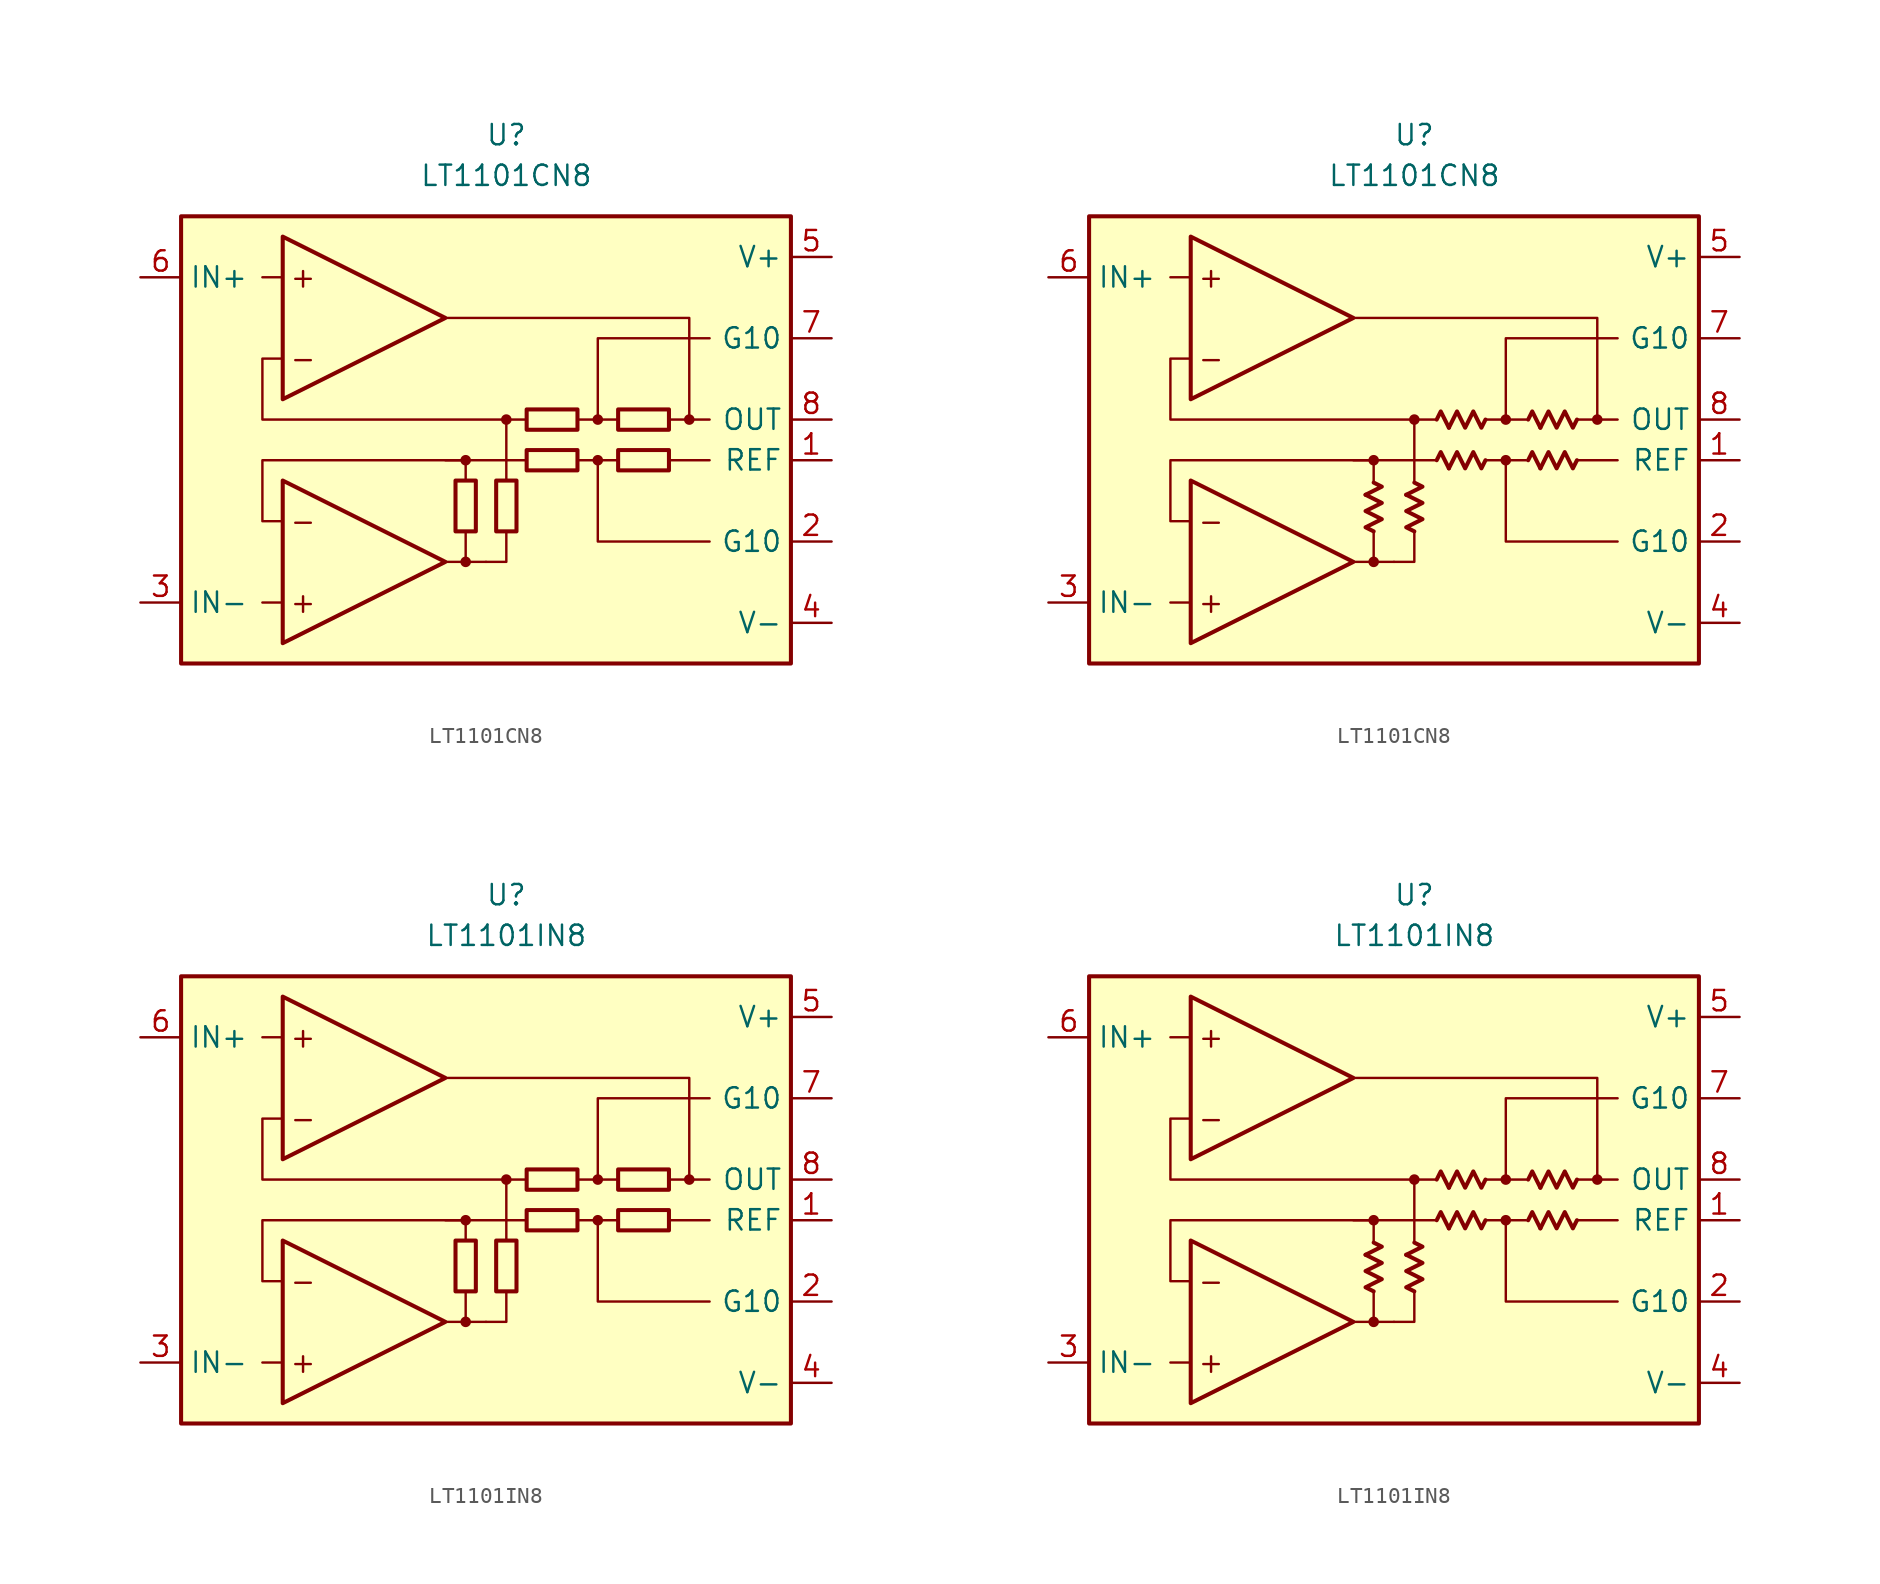
<source format=kicad_sym>
(kicad_symbol_lib
  (version 20231120)
  (generator "kicad_symbol_editor")
  (generator_version "8.0")
  (symbol "LT1101CN8"
    (property "Reference" "U"
      (at 0 19.05 0)
      (effects (font (size 1.27 1.27))))
    (property "Value" "LT1101CN8"
      (at 0 16.51 0)
      (effects (font (size 1.27 1.27))))
    (symbol "LT1101CN8_0_0"
      (rectangle (start -20.32 13.97) (end 17.78 -13.97) (stroke (width 0.254) (type default)) (fill (type background)))
      (circle (center -2.54 -7.62) (radius 0.254) (stroke (width 0.152) (type default)) (fill (type outline)))
      (circle (center -2.54 -1.27) (radius 0.254) (stroke (width 0.152) (type default)) (fill (type outline)))
      (polyline (pts (xy -13.97 -10.16) (xy -15.24 -10.16)) (stroke (width 0.152) (type default)) (fill (type none)))
      (polyline (pts (xy -13.97 10.16) (xy -15.24 10.16)) (stroke (width 0.152) (type default)) (fill (type none)))
      (polyline (pts (xy -3.81 -7.62) (xy -1.27 -7.62)) (stroke (width 0.152) (type default)) (fill (type none)))
      (polyline (pts (xy -2.54 -5.715) (xy -2.54 -7.62)) (stroke (width 0.152) (type default)) (fill (type none)))
      (polyline (pts (xy -2.54 -2.54) (xy -2.54 -1.27)) (stroke (width 0.152) (type default)) (fill (type none)))
      (polyline (pts (xy 0 -2.54) (xy 0 -1.27)) (stroke (width 0.152) (type default)) (fill (type none)))
      (polyline (pts (xy 0 -1.27) (xy 0 1.27)) (stroke (width 0.152) (type default)) (fill (type none)))
      (polyline (pts (xy 1.27 -1.27) (xy -3.81 -1.27)) (stroke (width 0.152) (type default)) (fill (type none)))
      (polyline (pts (xy 5.715 -1.27) (xy 4.445 -1.27)) (stroke (width 0.152) (type default)) (fill (type none)))
      (polyline (pts (xy 5.715 1.27) (xy 4.445 1.27)) (stroke (width 0.152) (type default)) (fill (type none)))
      (polyline (pts (xy 6.985 -1.27) (xy 5.715 -1.27)) (stroke (width 0.152) (type default)) (fill (type none)))
      (polyline (pts (xy 6.985 1.27) (xy 5.715 1.27)) (stroke (width 0.152) (type default)) (fill (type none)))
      (polyline (pts (xy 11.43 1.27) (xy 12.7 1.27)) (stroke (width 0.152) (type default)) (fill (type none)))
      (polyline (pts (xy 12.7 -1.27) (xy 10.16 -1.27)) (stroke (width 0.152) (type default)) (fill (type none)))
      (polyline (pts (xy -1.27 -7.62) (xy 0 -7.62) (xy 0 -5.715)) (stroke (width 0.152) (type default)) (fill (type none)))
      (polyline (pts (xy 5.715 1.27) (xy 5.715 6.35) (xy 12.7 6.35)) (stroke (width 0.152) (type default)) (fill (type none)))
      (polyline (pts (xy 12.7 -6.35) (xy 5.715 -6.35) (xy 5.715 -1.27)) (stroke (width 0.152) (type default)) (fill (type none)))
      (polyline (pts (xy -2.54 -1.27) (xy -15.24 -1.27) (xy -15.24 -5.08) (xy -13.97 -5.08)) (stroke (width 0.152) (type default)) (fill (type none)))
      (polyline (pts (xy 10.16 1.27) (xy 11.43 1.27) (xy 11.43 7.62) (xy -3.81 7.62)) (stroke (width 0.152) (type default)) (fill (type none)))
      (polyline (pts (xy 1.27 1.27) (xy -15.24 1.27) (xy -15.24 5.08) (xy -15.24 5.08) (xy -13.97 5.08)) (stroke (width 0.152) (type default)) (fill (type none)))
      (circle (center 0 1.27) (radius 0.254) (stroke (width 0.152) (type default)) (fill (type outline)))
      (circle (center 5.715 -1.27) (radius 0.254) (stroke (width 0.152) (type default)) (fill (type outline)))
      (circle (center 5.715 1.27) (radius 0.254) (stroke (width 0.152) (type default)) (fill (type outline)))
      (circle (center 11.43 1.27) (radius 0.254) (stroke (width 0.152) (type default)) (fill (type outline)))
      (text "+" (at -12.7 -10.16 0) (effects (font (size 1.27 1.27))))
      (text "+" (at -12.7 10.16 0) (effects (font (size 1.27 1.27))))
      (text "-" (at -12.7 -5.08 0) (effects (font (size 1.27 1.27))))
      (text "-" (at -12.7 5.08 0) (effects (font (size 1.27 1.27)))))
    (symbol "LT1101CN8_0_1"
      (rectangle (start -3.175 -5.715) (end -1.905 -2.54) (stroke (width 0.254) (type default)) (fill (type none)))
      (rectangle (start -0.635 -5.715) (end 0.635 -2.54) (stroke (width 0.254) (type default)) (fill (type none)))
      (rectangle (start 1.27 1.905) (end 4.445 0.635) (stroke (width 0.254) (type default)) (fill (type none)))
      (rectangle (start 4.445 -1.905) (end 1.27 -0.635) (stroke (width 0.254) (type default)) (fill (type none)))
      (rectangle (start 10.16 -1.905) (end 6.985 -0.635) (stroke (width 0.254) (type default)) (fill (type none)))
      (rectangle (start 10.16 0.635) (end 6.985 1.905) (stroke (width 0.254) (type default)) (fill (type none))))
    (symbol "LT1101CN8_0_2"
      (polyline (pts (xy -3.048 -3.429) (xy -2.032 -2.921) (xy -2.54 -2.667)) (stroke (width 0.254) (type default)) (fill (type none)))
      (polyline (pts (xy -0.508 -3.429) (xy 0.508 -2.921) (xy 0 -2.667)) (stroke (width 0.254) (type default)) (fill (type none)))
      (polyline (pts (xy 2.159 -1.778) (xy 1.651 -0.762) (xy 1.397 -1.27)) (stroke (width 0.254) (type default)) (fill (type none)))
      (polyline (pts (xy 2.159 0.762) (xy 1.651 1.778) (xy 1.397 1.27)) (stroke (width 0.254) (type default)) (fill (type none)))
      (polyline (pts (xy 7.874 -1.778) (xy 7.366 -0.762) (xy 7.112 -1.27)) (stroke (width 0.254) (type default)) (fill (type none)))
      (polyline (pts (xy 7.874 0.762) (xy 7.366 1.778) (xy 7.112 1.27)) (stroke (width 0.254) (type default)) (fill (type none)))
      (polyline (pts (xy -2.54 -5.715) (xy -3.048 -5.461) (xy -2.032 -4.953) (xy -3.048 -4.445) (xy -2.032 -3.937) (xy -3.048 -3.429)) (stroke (width 0.254) (type default)) (fill (type none)))
      (polyline (pts (xy 0 -5.715) (xy -0.508 -5.461) (xy 0.508 -4.953) (xy -0.508 -4.445) (xy 0.508 -3.937) (xy -0.508 -3.429)) (stroke (width 0.254) (type default)) (fill (type none)))
      (polyline (pts (xy 4.445 -1.27) (xy 4.191 -1.778) (xy 3.683 -0.762) (xy 3.175 -1.778) (xy 2.667 -0.762) (xy 2.159 -1.778)) (stroke (width 0.254) (type default)) (fill (type none)))
      (polyline (pts (xy 4.445 1.27) (xy 4.191 0.762) (xy 3.683 1.778) (xy 3.175 0.762) (xy 2.667 1.778) (xy 2.159 0.762)) (stroke (width 0.254) (type default)) (fill (type none)))
      (polyline (pts (xy 10.16 -1.27) (xy 9.906 -1.778) (xy 9.398 -0.762) (xy 8.89 -1.778) (xy 8.382 -0.762) (xy 7.874 -1.778)) (stroke (width 0.254) (type default)) (fill (type none)))
      (polyline (pts (xy 10.16 1.27) (xy 9.906 0.762) (xy 9.398 1.778) (xy 8.89 0.762) (xy 8.382 1.778) (xy 7.874 0.762)) (stroke (width 0.254) (type default)) (fill (type none))))
    (symbol "LT1101CN8_1_0"
      (polyline (pts (xy -13.97 -2.54) (xy -13.97 -12.7) (xy -3.81 -7.62) (xy -13.97 -2.54)) (stroke (width 0.254) (type default)) (fill (type background)))
      (polyline (pts (xy -13.97 12.7) (xy -13.97 2.54) (xy -3.81 7.62) (xy -13.97 12.7)) (stroke (width 0.254) (type default)) (fill (type background))))
    (symbol "LT1101CN8_1_1"
      (pin input line (at 20.32 -1.27 180) (length 2.54) (name "REF" (effects (font (size 1.27 1.27)))) (number "1" (effects (font (size 1.27 1.27)))))
      (pin passive line (at 20.32 -6.35 180) (length 2.54) (name "G10" (effects (font (size 1.27 1.27)))) (number "2" (effects (font (size 1.27 1.27)))))
      (pin input line (at -22.86 -10.16 0) (length 2.54) (name "IN-" (effects (font (size 1.27 1.27)))) (number "3" (effects (font (size 1.27 1.27)))))
      (pin power_in line (at 20.32 -11.43 180) (length 2.54) (name "V-" (effects (font (size 1.27 1.27)))) (number "4" (effects (font (size 1.27 1.27)))))
      (pin power_in line (at 20.32 11.43 180) (length 2.54) (name "V+" (effects (font (size 1.27 1.27)))) (number "5" (effects (font (size 1.27 1.27)))))
      (pin input line (at -22.86 10.16 0) (length 2.54) (name "IN+" (effects (font (size 1.27 1.27)))) (number "6" (effects (font (size 1.27 1.27)))))
      (pin passive line (at 20.32 6.35 180) (length 2.54) (name "G10" (effects (font (size 1.27 1.27)))) (number "7" (effects (font (size 1.27 1.27)))))
      (pin output line (at 20.32 1.27 180) (length 2.54) (name "OUT" (effects (font (size 1.27 1.27)))) (number "8" (effects (font (size 1.27 1.27))))))
    (symbol "LT1101CN8_1_2"
      (pin input line (at 20.32 -1.27 180) (length 2.54) (name "REF" (effects (font (size 1.27 1.27)))) (number "1" (effects (font (size 1.27 1.27)))))
      (pin passive line (at 20.32 -6.35 180) (length 2.54) (name "G10" (effects (font (size 1.27 1.27)))) (number "2" (effects (font (size 1.27 1.27)))))
      (pin input line (at -22.86 -10.16 0) (length 2.54) (name "IN-" (effects (font (size 1.27 1.27)))) (number "3" (effects (font (size 1.27 1.27)))))
      (pin power_in line (at 20.32 -11.43 180) (length 2.54) (name "V-" (effects (font (size 1.27 1.27)))) (number "4" (effects (font (size 1.27 1.27)))))
      (pin power_in line (at 20.32 11.43 180) (length 2.54) (name "V+" (effects (font (size 1.27 1.27)))) (number "5" (effects (font (size 1.27 1.27)))))
      (pin input line (at -22.86 10.16 0) (length 2.54) (name "IN+" (effects (font (size 1.27 1.27)))) (number "6" (effects (font (size 1.27 1.27)))))
      (pin passive line (at 20.32 6.35 180) (length 2.54) (name "G10" (effects (font (size 1.27 1.27)))) (number "7" (effects (font (size 1.27 1.27)))))
      (pin output line (at 20.32 1.27 180) (length 2.54) (name "OUT" (effects (font (size 1.27 1.27)))) (number "8" (effects (font (size 1.27 1.27)))))))
  (symbol "LT1101IN8"
    (property "Reference" "U"
      (at 0 19.05 0)
      (effects (font (size 1.27 1.27))))
    (property "Value" "LT1101IN8"
      (at 0 16.51 0)
      (effects (font (size 1.27 1.27))))
    (symbol "LT1101IN8_0_0"
      (rectangle (start -20.32 13.97) (end 17.78 -13.97) (stroke (width 0.254) (type default)) (fill (type background)))
      (circle (center -2.54 -7.62) (radius 0.254) (stroke (width 0.152) (type default)) (fill (type outline)))
      (circle (center -2.54 -1.27) (radius 0.254) (stroke (width 0.152) (type default)) (fill (type outline)))
      (polyline (pts (xy -13.97 -10.16) (xy -15.24 -10.16)) (stroke (width 0.152) (type default)) (fill (type none)))
      (polyline (pts (xy -13.97 10.16) (xy -15.24 10.16)) (stroke (width 0.152) (type default)) (fill (type none)))
      (polyline (pts (xy -3.81 -7.62) (xy -1.27 -7.62)) (stroke (width 0.152) (type default)) (fill (type none)))
      (polyline (pts (xy -2.54 -5.715) (xy -2.54 -7.62)) (stroke (width 0.152) (type default)) (fill (type none)))
      (polyline (pts (xy -2.54 -2.54) (xy -2.54 -1.27)) (stroke (width 0.152) (type default)) (fill (type none)))
      (polyline (pts (xy 0 -2.54) (xy 0 -1.27)) (stroke (width 0.152) (type default)) (fill (type none)))
      (polyline (pts (xy 0 -1.27) (xy 0 1.27)) (stroke (width 0.152) (type default)) (fill (type none)))
      (polyline (pts (xy 1.27 -1.27) (xy -3.81 -1.27)) (stroke (width 0.152) (type default)) (fill (type none)))
      (polyline (pts (xy 5.715 -1.27) (xy 4.445 -1.27)) (stroke (width 0.152) (type default)) (fill (type none)))
      (polyline (pts (xy 5.715 1.27) (xy 4.445 1.27)) (stroke (width 0.152) (type default)) (fill (type none)))
      (polyline (pts (xy 6.985 -1.27) (xy 5.715 -1.27)) (stroke (width 0.152) (type default)) (fill (type none)))
      (polyline (pts (xy 6.985 1.27) (xy 5.715 1.27)) (stroke (width 0.152) (type default)) (fill (type none)))
      (polyline (pts (xy 11.43 1.27) (xy 12.7 1.27)) (stroke (width 0.152) (type default)) (fill (type none)))
      (polyline (pts (xy 12.7 -1.27) (xy 10.16 -1.27)) (stroke (width 0.152) (type default)) (fill (type none)))
      (polyline (pts (xy -1.27 -7.62) (xy 0 -7.62) (xy 0 -5.715)) (stroke (width 0.152) (type default)) (fill (type none)))
      (polyline (pts (xy 5.715 1.27) (xy 5.715 6.35) (xy 12.7 6.35)) (stroke (width 0.152) (type default)) (fill (type none)))
      (polyline (pts (xy 12.7 -6.35) (xy 5.715 -6.35) (xy 5.715 -1.27)) (stroke (width 0.152) (type default)) (fill (type none)))
      (polyline (pts (xy -2.54 -1.27) (xy -15.24 -1.27) (xy -15.24 -5.08) (xy -13.97 -5.08)) (stroke (width 0.152) (type default)) (fill (type none)))
      (polyline (pts (xy 10.16 1.27) (xy 11.43 1.27) (xy 11.43 7.62) (xy -3.81 7.62)) (stroke (width 0.152) (type default)) (fill (type none)))
      (polyline (pts (xy 1.27 1.27) (xy -15.24 1.27) (xy -15.24 5.08) (xy -15.24 5.08) (xy -13.97 5.08)) (stroke (width 0.152) (type default)) (fill (type none)))
      (circle (center 0 1.27) (radius 0.254) (stroke (width 0.152) (type default)) (fill (type outline)))
      (circle (center 5.715 -1.27) (radius 0.254) (stroke (width 0.152) (type default)) (fill (type outline)))
      (circle (center 5.715 1.27) (radius 0.254) (stroke (width 0.152) (type default)) (fill (type outline)))
      (circle (center 11.43 1.27) (radius 0.254) (stroke (width 0.152) (type default)) (fill (type outline)))
      (text "+" (at -12.7 -10.16 0) (effects (font (size 1.27 1.27))))
      (text "+" (at -12.7 10.16 0) (effects (font (size 1.27 1.27))))
      (text "-" (at -12.7 -5.08 0) (effects (font (size 1.27 1.27))))
      (text "-" (at -12.7 5.08 0) (effects (font (size 1.27 1.27)))))
    (symbol "LT1101IN8_0_1"
      (rectangle (start -3.175 -5.715) (end -1.905 -2.54) (stroke (width 0.254) (type default)) (fill (type none)))
      (rectangle (start -0.635 -5.715) (end 0.635 -2.54) (stroke (width 0.254) (type default)) (fill (type none)))
      (rectangle (start 1.27 1.905) (end 4.445 0.635) (stroke (width 0.254) (type default)) (fill (type none)))
      (rectangle (start 4.445 -1.905) (end 1.27 -0.635) (stroke (width 0.254) (type default)) (fill (type none)))
      (rectangle (start 10.16 -1.905) (end 6.985 -0.635) (stroke (width 0.254) (type default)) (fill (type none)))
      (rectangle (start 10.16 0.635) (end 6.985 1.905) (stroke (width 0.254) (type default)) (fill (type none))))
    (symbol "LT1101IN8_0_2"
      (polyline (pts (xy -3.048 -3.429) (xy -2.032 -2.921) (xy -2.54 -2.667)) (stroke (width 0.254) (type default)) (fill (type none)))
      (polyline (pts (xy -0.508 -3.429) (xy 0.508 -2.921) (xy 0 -2.667)) (stroke (width 0.254) (type default)) (fill (type none)))
      (polyline (pts (xy 2.159 -1.778) (xy 1.651 -0.762) (xy 1.397 -1.27)) (stroke (width 0.254) (type default)) (fill (type none)))
      (polyline (pts (xy 2.159 0.762) (xy 1.651 1.778) (xy 1.397 1.27)) (stroke (width 0.254) (type default)) (fill (type none)))
      (polyline (pts (xy 7.874 -1.778) (xy 7.366 -0.762) (xy 7.112 -1.27)) (stroke (width 0.254) (type default)) (fill (type none)))
      (polyline (pts (xy 7.874 0.762) (xy 7.366 1.778) (xy 7.112 1.27)) (stroke (width 0.254) (type default)) (fill (type none)))
      (polyline (pts (xy -2.54 -5.715) (xy -3.048 -5.461) (xy -2.032 -4.953) (xy -3.048 -4.445) (xy -2.032 -3.937) (xy -3.048 -3.429)) (stroke (width 0.254) (type default)) (fill (type none)))
      (polyline (pts (xy 0 -5.715) (xy -0.508 -5.461) (xy 0.508 -4.953) (xy -0.508 -4.445) (xy 0.508 -3.937) (xy -0.508 -3.429)) (stroke (width 0.254) (type default)) (fill (type none)))
      (polyline (pts (xy 4.445 -1.27) (xy 4.191 -1.778) (xy 3.683 -0.762) (xy 3.175 -1.778) (xy 2.667 -0.762) (xy 2.159 -1.778)) (stroke (width 0.254) (type default)) (fill (type none)))
      (polyline (pts (xy 4.445 1.27) (xy 4.191 0.762) (xy 3.683 1.778) (xy 3.175 0.762) (xy 2.667 1.778) (xy 2.159 0.762)) (stroke (width 0.254) (type default)) (fill (type none)))
      (polyline (pts (xy 10.16 -1.27) (xy 9.906 -1.778) (xy 9.398 -0.762) (xy 8.89 -1.778) (xy 8.382 -0.762) (xy 7.874 -1.778)) (stroke (width 0.254) (type default)) (fill (type none)))
      (polyline (pts (xy 10.16 1.27) (xy 9.906 0.762) (xy 9.398 1.778) (xy 8.89 0.762) (xy 8.382 1.778) (xy 7.874 0.762)) (stroke (width 0.254) (type default)) (fill (type none))))
    (symbol "LT1101IN8_1_0"
      (polyline (pts (xy -13.97 -2.54) (xy -13.97 -12.7) (xy -3.81 -7.62) (xy -13.97 -2.54)) (stroke (width 0.254) (type default)) (fill (type background)))
      (polyline (pts (xy -13.97 12.7) (xy -13.97 2.54) (xy -3.81 7.62) (xy -13.97 12.7)) (stroke (width 0.254) (type default)) (fill (type background))))
    (symbol "LT1101IN8_1_1"
      (pin input line (at 20.32 -1.27 180) (length 2.54) (name "REF" (effects (font (size 1.27 1.27)))) (number "1" (effects (font (size 1.27 1.27)))))
      (pin passive line (at 20.32 -6.35 180) (length 2.54) (name "G10" (effects (font (size 1.27 1.27)))) (number "2" (effects (font (size 1.27 1.27)))))
      (pin input line (at -22.86 -10.16 0) (length 2.54) (name "IN-" (effects (font (size 1.27 1.27)))) (number "3" (effects (font (size 1.27 1.27)))))
      (pin power_in line (at 20.32 -11.43 180) (length 2.54) (name "V-" (effects (font (size 1.27 1.27)))) (number "4" (effects (font (size 1.27 1.27)))))
      (pin power_in line (at 20.32 11.43 180) (length 2.54) (name "V+" (effects (font (size 1.27 1.27)))) (number "5" (effects (font (size 1.27 1.27)))))
      (pin input line (at -22.86 10.16 0) (length 2.54) (name "IN+" (effects (font (size 1.27 1.27)))) (number "6" (effects (font (size 1.27 1.27)))))
      (pin passive line (at 20.32 6.35 180) (length 2.54) (name "G10" (effects (font (size 1.27 1.27)))) (number "7" (effects (font (size 1.27 1.27)))))
      (pin output line (at 20.32 1.27 180) (length 2.54) (name "OUT" (effects (font (size 1.27 1.27)))) (number "8" (effects (font (size 1.27 1.27))))))
    (symbol "LT1101IN8_1_2"
      (pin input line (at 20.32 -1.27 180) (length 2.54) (name "REF" (effects (font (size 1.27 1.27)))) (number "1" (effects (font (size 1.27 1.27)))))
      (pin passive line (at 20.32 -6.35 180) (length 2.54) (name "G10" (effects (font (size 1.27 1.27)))) (number "2" (effects (font (size 1.27 1.27)))))
      (pin input line (at -22.86 -10.16 0) (length 2.54) (name "IN-" (effects (font (size 1.27 1.27)))) (number "3" (effects (font (size 1.27 1.27)))))
      (pin power_in line (at 20.32 -11.43 180) (length 2.54) (name "V-" (effects (font (size 1.27 1.27)))) (number "4" (effects (font (size 1.27 1.27)))))
      (pin power_in line (at 20.32 11.43 180) (length 2.54) (name "V+" (effects (font (size 1.27 1.27)))) (number "5" (effects (font (size 1.27 1.27)))))
      (pin input line (at -22.86 10.16 0) (length 2.54) (name "IN+" (effects (font (size 1.27 1.27)))) (number "6" (effects (font (size 1.27 1.27)))))
      (pin passive line (at 20.32 6.35 180) (length 2.54) (name "G10" (effects (font (size 1.27 1.27)))) (number "7" (effects (font (size 1.27 1.27)))))
      (pin output line (at 20.32 1.27 180) (length 2.54) (name "OUT" (effects (font (size 1.27 1.27)))) (number "8" (effects (font (size 1.27 1.27))))))))
</source>
